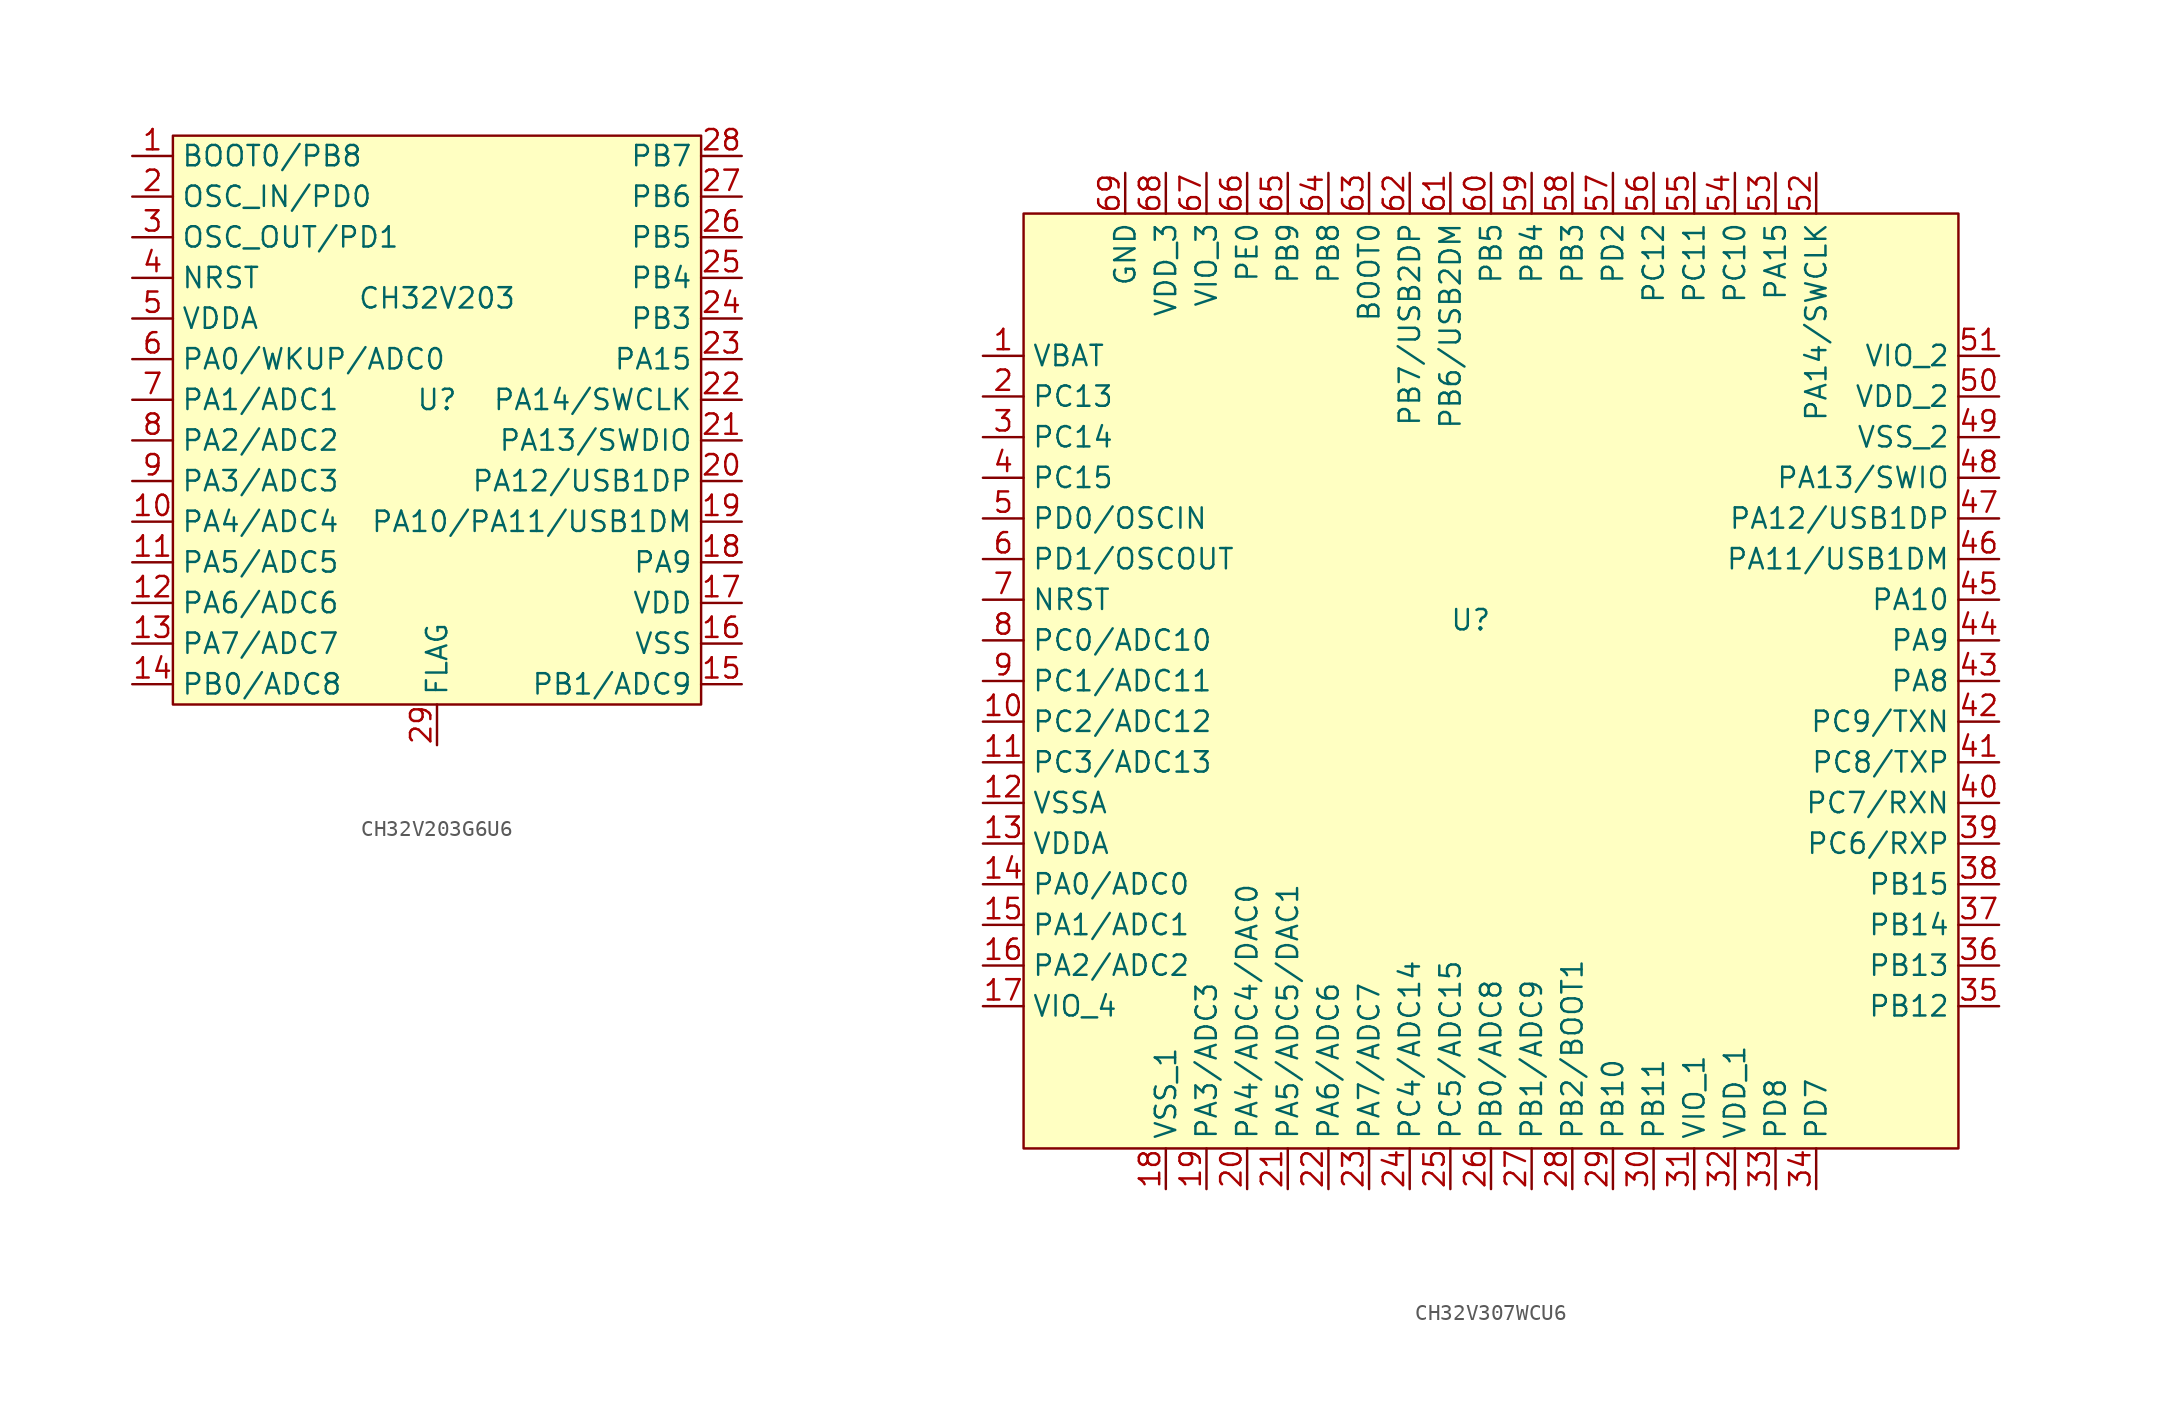
<source format=kicad_sym>
(kicad_symbol_lib
  (version 20220914)
  (generator kicad_symbol_editor)
  (symbol "CH32V203G6U6"
    (property "Reference" "U"
      (at 0 1.27 0)
      (effects (font (size 1.27 1.27))))
    (property "Value" "CH32V203"
      (at 0 7.62 0)
      (effects (font (size 1.27 1.27))))
    (symbol "CH32V203G6U6_1_1"
      (rectangle (start -16.51 17.78) (end 16.51 -17.78) (stroke (width 0) (type default)) (fill (type background)))
      (pin bidirectional line (at -19.05 16.51 0) (length 2.54) (name "BOOT0/PB8" (effects (font (size 1.27 1.27)))) (number "1" (effects (font (size 1.27 1.27)))))
      (pin bidirectional line (at -19.05 -6.35 0) (length 2.54) (name "PA4/ADC4" (effects (font (size 1.27 1.27)))) (number "10" (effects (font (size 1.27 1.27)))))
      (pin bidirectional line (at -19.05 -8.89 0) (length 2.54) (name "PA5/ADC5" (effects (font (size 1.27 1.27)))) (number "11" (effects (font (size 1.27 1.27)))))
      (pin bidirectional line (at -19.05 -11.43 0) (length 2.54) (name "PA6/ADC6" (effects (font (size 1.27 1.27)))) (number "12" (effects (font (size 1.27 1.27)))))
      (pin bidirectional line (at -19.05 -13.97 0) (length 2.54) (name "PA7/ADC7" (effects (font (size 1.27 1.27)))) (number "13" (effects (font (size 1.27 1.27)))))
      (pin bidirectional line (at -19.05 -16.51 0) (length 2.54) (name "PB0/ADC8" (effects (font (size 1.27 1.27)))) (number "14" (effects (font (size 1.27 1.27)))))
      (pin bidirectional line (at 19.05 -16.51 180) (length 2.54) (name "PB1/ADC9" (effects (font (size 1.27 1.27)))) (number "15" (effects (font (size 1.27 1.27)))))
      (pin bidirectional line (at 19.05 -13.97 180) (length 2.54) (name "VSS" (effects (font (size 1.27 1.27)))) (number "16" (effects (font (size 1.27 1.27)))))
      (pin bidirectional line (at 19.05 -11.43 180) (length 2.54) (name "VDD" (effects (font (size 1.27 1.27)))) (number "17" (effects (font (size 1.27 1.27)))))
      (pin bidirectional line (at 19.05 -8.89 180) (length 2.54) (name "PA9" (effects (font (size 1.27 1.27)))) (number "18" (effects (font (size 1.27 1.27)))))
      (pin bidirectional line (at 19.05 -6.35 180) (length 2.54) (name "PA10/PA11/USB1DM" (effects (font (size 1.27 1.27)))) (number "19" (effects (font (size 1.27 1.27)))))
      (pin bidirectional line (at -19.05 13.97 0) (length 2.54) (name "OSC_IN/PD0" (effects (font (size 1.27 1.27)))) (number "2" (effects (font (size 1.27 1.27)))))
      (pin bidirectional line (at 19.05 -3.81 180) (length 2.54) (name "PA12/USB1DP" (effects (font (size 1.27 1.27)))) (number "20" (effects (font (size 1.27 1.27)))))
      (pin bidirectional line (at 19.05 -1.27 180) (length 2.54) (name "PA13/SWDIO" (effects (font (size 1.27 1.27)))) (number "21" (effects (font (size 1.27 1.27)))))
      (pin bidirectional line (at 19.05 1.27 180) (length 2.54) (name "PA14/SWCLK" (effects (font (size 1.27 1.27)))) (number "22" (effects (font (size 1.27 1.27)))))
      (pin bidirectional line (at 19.05 3.81 180) (length 2.54) (name "PA15" (effects (font (size 1.27 1.27)))) (number "23" (effects (font (size 1.27 1.27)))))
      (pin bidirectional line (at 19.05 6.35 180) (length 2.54) (name "PB3" (effects (font (size 1.27 1.27)))) (number "24" (effects (font (size 1.27 1.27)))))
      (pin bidirectional line (at 19.05 8.89 180) (length 2.54) (name "PB4" (effects (font (size 1.27 1.27)))) (number "25" (effects (font (size 1.27 1.27)))))
      (pin bidirectional line (at 19.05 11.43 180) (length 2.54) (name "PB5" (effects (font (size 1.27 1.27)))) (number "26" (effects (font (size 1.27 1.27)))))
      (pin bidirectional line (at 19.05 13.97 180) (length 2.54) (name "PB6" (effects (font (size 1.27 1.27)))) (number "27" (effects (font (size 1.27 1.27)))))
      (pin bidirectional line (at 19.05 16.51 180) (length 2.54) (name "PB7" (effects (font (size 1.27 1.27)))) (number "28" (effects (font (size 1.27 1.27)))))
      (pin bidirectional line (at 0 -20.32 90) (length 2.54) (name "FLAG" (effects (font (size 1.27 1.27)))) (number "29" (effects (font (size 1.27 1.27)))))
      (pin bidirectional line (at -19.05 11.43 0) (length 2.54) (name "OSC_OUT/PD1" (effects (font (size 1.27 1.27)))) (number "3" (effects (font (size 1.27 1.27)))))
      (pin bidirectional line (at -19.05 8.89 0) (length 2.54) (name "NRST" (effects (font (size 1.27 1.27)))) (number "4" (effects (font (size 1.27 1.27)))))
      (pin bidirectional line (at -19.05 6.35 0) (length 2.54) (name "VDDA" (effects (font (size 1.27 1.27)))) (number "5" (effects (font (size 1.27 1.27)))))
      (pin bidirectional line (at -19.05 3.81 0) (length 2.54) (name "PA0/WKUP/ADC0" (effects (font (size 1.27 1.27)))) (number "6" (effects (font (size 1.27 1.27)))))
      (pin bidirectional line (at -19.05 1.27 0) (length 2.54) (name "PA1/ADC1" (effects (font (size 1.27 1.27)))) (number "7" (effects (font (size 1.27 1.27)))))
      (pin bidirectional line (at -19.05 -1.27 0) (length 2.54) (name "PA2/ADC2" (effects (font (size 1.27 1.27)))) (number "8" (effects (font (size 1.27 1.27)))))
      (pin bidirectional line (at -19.05 -3.81 0) (length 2.54) (name "PA3/ADC3" (effects (font (size 1.27 1.27)))) (number "9" (effects (font (size 1.27 1.27)))))))
  (symbol "CH32V307WCU6"
    (property "Reference" "U"
      (at -1.27 3.81 0)
      (effects (font (size 1.27 1.27))))
    (property "Value" ""
      (at -13.97 3.81 0)
      (effects (font (size 1.27 1.27))))
    (symbol "CH32V307WCU6_1_1"
      (rectangle (start -29.21 29.21) (end 29.21 -29.21) (stroke (width 0) (type default)) (fill (type background)))
      (pin bidirectional line (at -31.75 20.32 0) (length 2.54) (name "VBAT" (effects (font (size 1.27 1.27)))) (number "1" (effects (font (size 1.27 1.27)))))
      (pin bidirectional line (at -31.75 -2.54 0) (length 2.54) (name "PC2/ADC12" (effects (font (size 1.27 1.27)))) (number "10" (effects (font (size 1.27 1.27)))))
      (pin bidirectional line (at -31.75 -5.08 0) (length 2.54) (name "PC3/ADC13" (effects (font (size 1.27 1.27)))) (number "11" (effects (font (size 1.27 1.27)))))
      (pin bidirectional line (at -31.75 -7.62 0) (length 2.54) (name "VSSA" (effects (font (size 1.27 1.27)))) (number "12" (effects (font (size 1.27 1.27)))))
      (pin bidirectional line (at -31.75 -10.16 0) (length 2.54) (name "VDDA" (effects (font (size 1.27 1.27)))) (number "13" (effects (font (size 1.27 1.27)))))
      (pin bidirectional line (at -31.75 -12.7 0) (length 2.54) (name "PA0/ADC0" (effects (font (size 1.27 1.27)))) (number "14" (effects (font (size 1.27 1.27)))))
      (pin bidirectional line (at -31.75 -15.24 0) (length 2.54) (name "PA1/ADC1" (effects (font (size 1.27 1.27)))) (number "15" (effects (font (size 1.27 1.27)))))
      (pin bidirectional line (at -31.75 -17.78 0) (length 2.54) (name "PA2/ADC2" (effects (font (size 1.27 1.27)))) (number "16" (effects (font (size 1.27 1.27)))))
      (pin bidirectional line (at -31.75 -20.32 0) (length 2.54) (name "VIO_4" (effects (font (size 1.27 1.27)))) (number "17" (effects (font (size 1.27 1.27)))))
      (pin bidirectional line (at -20.32 -31.75 90) (length 2.54) (name "VSS_1" (effects (font (size 1.27 1.27)))) (number "18" (effects (font (size 1.27 1.27)))))
      (pin bidirectional line (at -17.78 -31.75 90) (length 2.54) (name "PA3/ADC3" (effects (font (size 1.27 1.27)))) (number "19" (effects (font (size 1.27 1.27)))))
      (pin bidirectional line (at -31.75 17.78 0) (length 2.54) (name "PC13" (effects (font (size 1.27 1.27)))) (number "2" (effects (font (size 1.27 1.27)))))
      (pin bidirectional line (at -15.24 -31.75 90) (length 2.54) (name "PA4/ADC4/DAC0" (effects (font (size 1.27 1.27)))) (number "20" (effects (font (size 1.27 1.27)))))
      (pin bidirectional line (at -12.7 -31.75 90) (length 2.54) (name "PA5/ADC5/DAC1" (effects (font (size 1.27 1.27)))) (number "21" (effects (font (size 1.27 1.27)))))
      (pin bidirectional line (at -10.16 -31.75 90) (length 2.54) (name "PA6/ADC6" (effects (font (size 1.27 1.27)))) (number "22" (effects (font (size 1.27 1.27)))))
      (pin bidirectional line (at -7.62 -31.75 90) (length 2.54) (name "PA7/ADC7" (effects (font (size 1.27 1.27)))) (number "23" (effects (font (size 1.27 1.27)))))
      (pin bidirectional line (at -5.08 -31.75 90) (length 2.54) (name "PC4/ADC14" (effects (font (size 1.27 1.27)))) (number "24" (effects (font (size 1.27 1.27)))))
      (pin bidirectional line (at -2.54 -31.75 90) (length 2.54) (name "PC5/ADC15" (effects (font (size 1.27 1.27)))) (number "25" (effects (font (size 1.27 1.27)))))
      (pin bidirectional line (at 0 -31.75 90) (length 2.54) (name "PB0/ADC8" (effects (font (size 1.27 1.27)))) (number "26" (effects (font (size 1.27 1.27)))))
      (pin bidirectional line (at 2.54 -31.75 90) (length 2.54) (name "PB1/ADC9" (effects (font (size 1.27 1.27)))) (number "27" (effects (font (size 1.27 1.27)))))
      (pin bidirectional line (at 5.08 -31.75 90) (length 2.54) (name "PB2/BOOT1" (effects (font (size 1.27 1.27)))) (number "28" (effects (font (size 1.27 1.27)))))
      (pin bidirectional line (at 7.62 -31.75 90) (length 2.54) (name "PB10" (effects (font (size 1.27 1.27)))) (number "29" (effects (font (size 1.27 1.27)))))
      (pin bidirectional line (at -31.75 15.24 0) (length 2.54) (name "PC14" (effects (font (size 1.27 1.27)))) (number "3" (effects (font (size 1.27 1.27)))))
      (pin bidirectional line (at 10.16 -31.75 90) (length 2.54) (name "PB11" (effects (font (size 1.27 1.27)))) (number "30" (effects (font (size 1.27 1.27)))))
      (pin bidirectional line (at 12.7 -31.75 90) (length 2.54) (name "VIO_1" (effects (font (size 1.27 1.27)))) (number "31" (effects (font (size 1.27 1.27)))))
      (pin bidirectional line (at 15.24 -31.75 90) (length 2.54) (name "VDD_1" (effects (font (size 1.27 1.27)))) (number "32" (effects (font (size 1.27 1.27)))))
      (pin bidirectional line (at 17.78 -31.75 90) (length 2.54) (name "PD8" (effects (font (size 1.27 1.27)))) (number "33" (effects (font (size 1.27 1.27)))))
      (pin bidirectional line (at 20.32 -31.75 90) (length 2.54) (name "PD7" (effects (font (size 1.27 1.27)))) (number "34" (effects (font (size 1.27 1.27)))))
      (pin bidirectional line (at 31.75 -20.32 180) (length 2.54) (name "PB12" (effects (font (size 1.27 1.27)))) (number "35" (effects (font (size 1.27 1.27)))))
      (pin bidirectional line (at 31.75 -17.78 180) (length 2.54) (name "PB13" (effects (font (size 1.27 1.27)))) (number "36" (effects (font (size 1.27 1.27)))))
      (pin bidirectional line (at 31.75 -15.24 180) (length 2.54) (name "PB14" (effects (font (size 1.27 1.27)))) (number "37" (effects (font (size 1.27 1.27)))))
      (pin bidirectional line (at 31.75 -12.7 180) (length 2.54) (name "PB15" (effects (font (size 1.27 1.27)))) (number "38" (effects (font (size 1.27 1.27)))))
      (pin bidirectional line (at 31.75 -10.16 180) (length 2.54) (name "PC6/RXP" (effects (font (size 1.27 1.27)))) (number "39" (effects (font (size 1.27 1.27)))))
      (pin bidirectional line (at -31.75 12.7 0) (length 2.54) (name "PC15" (effects (font (size 1.27 1.27)))) (number "4" (effects (font (size 1.27 1.27)))))
      (pin bidirectional line (at 31.75 -7.62 180) (length 2.54) (name "PC7/RXN" (effects (font (size 1.27 1.27)))) (number "40" (effects (font (size 1.27 1.27)))))
      (pin bidirectional line (at 31.75 -5.08 180) (length 2.54) (name "PC8/TXP" (effects (font (size 1.27 1.27)))) (number "41" (effects (font (size 1.27 1.27)))))
      (pin bidirectional line (at 31.75 -2.54 180) (length 2.54) (name "PC9/TXN" (effects (font (size 1.27 1.27)))) (number "42" (effects (font (size 1.27 1.27)))))
      (pin bidirectional line (at 31.75 0 180) (length 2.54) (name "PA8" (effects (font (size 1.27 1.27)))) (number "43" (effects (font (size 1.27 1.27)))))
      (pin bidirectional line (at 31.75 2.54 180) (length 2.54) (name "PA9" (effects (font (size 1.27 1.27)))) (number "44" (effects (font (size 1.27 1.27)))))
      (pin bidirectional line (at 31.75 5.08 180) (length 2.54) (name "PA10" (effects (font (size 1.27 1.27)))) (number "45" (effects (font (size 1.27 1.27)))))
      (pin bidirectional line (at 31.75 7.62 180) (length 2.54) (name "PA11/USB1DM" (effects (font (size 1.27 1.27)))) (number "46" (effects (font (size 1.27 1.27)))))
      (pin bidirectional line (at 31.75 10.16 180) (length 2.54) (name "PA12/USB1DP" (effects (font (size 1.27 1.27)))) (number "47" (effects (font (size 1.27 1.27)))))
      (pin bidirectional line (at 31.75 12.7 180) (length 2.54) (name "PA13/SWIO" (effects (font (size 1.27 1.27)))) (number "48" (effects (font (size 1.27 1.27)))))
      (pin bidirectional line (at 31.75 15.24 180) (length 2.54) (name "VSS_2" (effects (font (size 1.27 1.27)))) (number "49" (effects (font (size 1.27 1.27)))))
      (pin bidirectional line (at -31.75 10.16 0) (length 2.54) (name "PD0/OSCIN" (effects (font (size 1.27 1.27)))) (number "5" (effects (font (size 1.27 1.27)))))
      (pin bidirectional line (at 31.75 17.78 180) (length 2.54) (name "VDD_2" (effects (font (size 1.27 1.27)))) (number "50" (effects (font (size 1.27 1.27)))))
      (pin bidirectional line (at 31.75 20.32 180) (length 2.54) (name "VIO_2" (effects (font (size 1.27 1.27)))) (number "51" (effects (font (size 1.27 1.27)))))
      (pin bidirectional line (at 20.32 31.75 270) (length 2.54) (name "PA14/SWCLK" (effects (font (size 1.27 1.27)))) (number "52" (effects (font (size 1.27 1.27)))))
      (pin bidirectional line (at 17.78 31.75 270) (length 2.54) (name "PA15" (effects (font (size 1.27 1.27)))) (number "53" (effects (font (size 1.27 1.27)))))
      (pin bidirectional line (at 15.24 31.75 270) (length 2.54) (name "PC10" (effects (font (size 1.27 1.27)))) (number "54" (effects (font (size 1.27 1.27)))))
      (pin bidirectional line (at 12.7 31.75 270) (length 2.54) (name "PC11" (effects (font (size 1.27 1.27)))) (number "55" (effects (font (size 1.27 1.27)))))
      (pin bidirectional line (at 10.16 31.75 270) (length 2.54) (name "PC12" (effects (font (size 1.27 1.27)))) (number "56" (effects (font (size 1.27 1.27)))))
      (pin bidirectional line (at 7.62 31.75 270) (length 2.54) (name "PD2" (effects (font (size 1.27 1.27)))) (number "57" (effects (font (size 1.27 1.27)))))
      (pin bidirectional line (at 5.08 31.75 270) (length 2.54) (name "PB3" (effects (font (size 1.27 1.27)))) (number "58" (effects (font (size 1.27 1.27)))))
      (pin bidirectional line (at 2.54 31.75 270) (length 2.54) (name "PB4" (effects (font (size 1.27 1.27)))) (number "59" (effects (font (size 1.27 1.27)))))
      (pin bidirectional line (at -31.75 7.62 0) (length 2.54) (name "PD1/OSCOUT" (effects (font (size 1.27 1.27)))) (number "6" (effects (font (size 1.27 1.27)))))
      (pin bidirectional line (at 0 31.75 270) (length 2.54) (name "PB5" (effects (font (size 1.27 1.27)))) (number "60" (effects (font (size 1.27 1.27)))))
      (pin bidirectional line (at -2.54 31.75 270) (length 2.54) (name "PB6/USB2DM" (effects (font (size 1.27 1.27)))) (number "61" (effects (font (size 1.27 1.27)))))
      (pin bidirectional line (at -5.08 31.75 270) (length 2.54) (name "PB7/USB2DP" (effects (font (size 1.27 1.27)))) (number "62" (effects (font (size 1.27 1.27)))))
      (pin bidirectional line (at -7.62 31.75 270) (length 2.54) (name "BOOT0" (effects (font (size 1.27 1.27)))) (number "63" (effects (font (size 1.27 1.27)))))
      (pin bidirectional line (at -10.16 31.75 270) (length 2.54) (name "PB8" (effects (font (size 1.27 1.27)))) (number "64" (effects (font (size 1.27 1.27)))))
      (pin bidirectional line (at -12.7 31.75 270) (length 2.54) (name "PB9" (effects (font (size 1.27 1.27)))) (number "65" (effects (font (size 1.27 1.27)))))
      (pin bidirectional line (at -15.24 31.75 270) (length 2.54) (name "PE0" (effects (font (size 1.27 1.27)))) (number "66" (effects (font (size 1.27 1.27)))))
      (pin bidirectional line (at -17.78 31.75 270) (length 2.54) (name "VIO_3" (effects (font (size 1.27 1.27)))) (number "67" (effects (font (size 1.27 1.27)))))
      (pin bidirectional line (at -20.32 31.75 270) (length 2.54) (name "VDD_3" (effects (font (size 1.27 1.27)))) (number "68" (effects (font (size 1.27 1.27)))))
      (pin bidirectional line (at -22.86 31.75 270) (length 2.54) (name "GND" (effects (font (size 1.27 1.27)))) (number "69" (effects (font (size 1.27 1.27)))))
      (pin bidirectional line (at -31.75 5.08 0) (length 2.54) (name "NRST" (effects (font (size 1.27 1.27)))) (number "7" (effects (font (size 1.27 1.27)))))
      (pin bidirectional line (at -31.75 2.54 0) (length 2.54) (name "PC0/ADC10" (effects (font (size 1.27 1.27)))) (number "8" (effects (font (size 1.27 1.27)))))
      (pin bidirectional line (at -31.75 0 0) (length 2.54) (name "PC1/ADC11" (effects (font (size 1.27 1.27)))) (number "9" (effects (font (size 1.27 1.27))))))))
</source>
